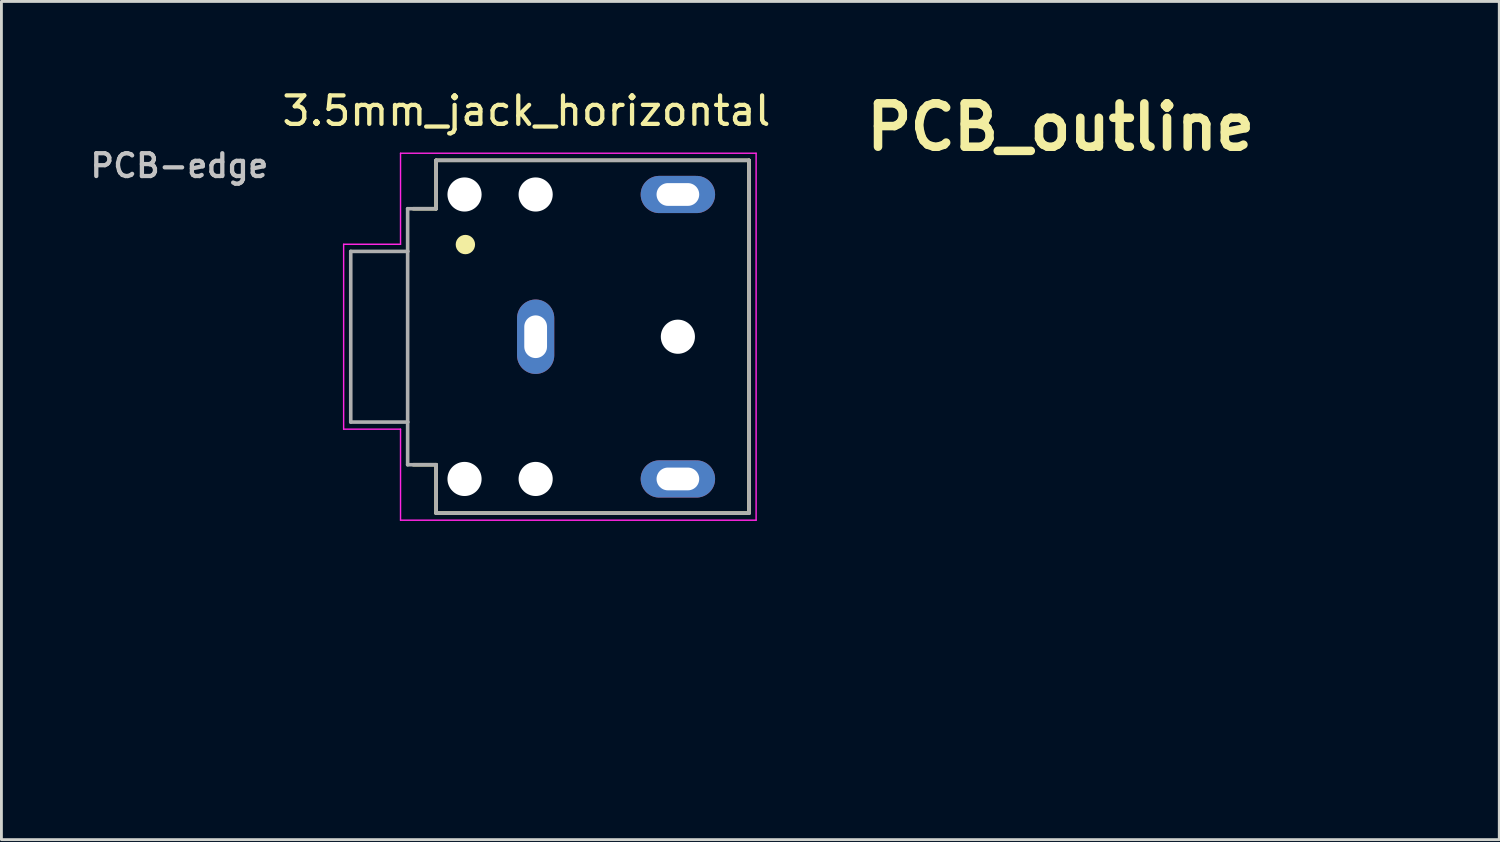
<source format=kicad_pcb>
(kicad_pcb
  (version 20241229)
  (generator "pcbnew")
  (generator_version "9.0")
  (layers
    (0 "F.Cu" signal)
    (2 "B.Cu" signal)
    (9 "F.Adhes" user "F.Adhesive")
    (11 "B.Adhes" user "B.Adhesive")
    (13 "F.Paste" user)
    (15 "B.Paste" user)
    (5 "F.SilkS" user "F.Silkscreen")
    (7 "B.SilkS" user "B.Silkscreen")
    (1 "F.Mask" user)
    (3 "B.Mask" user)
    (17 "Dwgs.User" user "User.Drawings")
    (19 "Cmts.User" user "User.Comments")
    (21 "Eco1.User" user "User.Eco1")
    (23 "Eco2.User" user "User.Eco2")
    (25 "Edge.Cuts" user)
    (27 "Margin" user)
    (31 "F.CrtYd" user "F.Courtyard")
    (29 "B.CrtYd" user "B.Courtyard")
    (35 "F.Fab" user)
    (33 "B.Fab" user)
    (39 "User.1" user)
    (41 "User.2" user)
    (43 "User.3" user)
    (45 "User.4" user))
  (footprint "3.5mm_jack_horizontal"
    (layer "F.Cu")
    (at 15.78 8.787)
    (property "Reference" "3.5mm_jack_horizontal" (at -0.325 -7.938 0) (layer "F.SilkS") (effects (font (size 1 1) (thickness 0.15))))
    (attr through_hole)
    (fp_line (start -3.5 -6.2) (end -3.5 -4.5) (stroke (width 0.127) (type solid)) (layer "F.SilkS"))
    (fp_line (start -3.5 -4.5) (end -4.3 -4.5) (stroke (width 0.127) (type solid)) (layer "F.SilkS"))
    (fp_line (start -3.5 4.5) (end -4.3 4.5) (stroke (width 0.127) (type solid)) (layer "F.SilkS"))
    (fp_line (start -3.5 4.5) (end -3.5 6.2) (stroke (width 0.127) (type solid)) (layer "F.SilkS"))
    (fp_line (start 7.5 -6.2) (end -3.5 -6.2) (stroke (width 0.127) (type solid)) (layer "F.SilkS"))
    (fp_line (start 7.5 -6.2) (end 7.5 6.2) (stroke (width 0.127) (type solid)) (layer "F.SilkS"))
    (fp_line (start 7.5 6.2) (end -3.5 6.2) (stroke (width 0.127) (type solid)) (layer "F.SilkS"))
    (fp_circle (center -2.47 -3.24) (end -2.3 -3.24) (stroke (width 0.34) (type solid)) (fill no) (layer "F.SilkS"))
    (fp_line (start -6.75 -3.25) (end -6.75 3.25) (stroke (width 0.05) (type solid)) (layer "F.CrtYd"))
    (fp_line (start -6.75 3.25) (end -4.75 3.25) (stroke (width 0.05) (type solid)) (layer "F.CrtYd"))
    (fp_line (start -4.75 -6.45) (end -4.75 -3.25) (stroke (width 0.05) (type solid)) (layer "F.CrtYd"))
    (fp_line (start -4.75 -6.45) (end 7.75 -6.45) (stroke (width 0.05) (type solid)) (layer "F.CrtYd"))
    (fp_line (start -4.75 -3.25) (end -6.75 -3.25) (stroke (width 0.05) (type solid)) (layer "F.CrtYd"))
    (fp_line (start -4.75 3.25) (end -4.75 6.45) (stroke (width 0.05) (type solid)) (layer "F.CrtYd"))
    (fp_line (start 7.75 -6.45) (end 7.75 6.45) (stroke (width 0.05) (type solid)) (layer "F.CrtYd"))
    (fp_line (start 7.75 6.45) (end -4.75 6.45) (stroke (width 0.05) (type solid)) (layer "F.CrtYd"))
    (fp_line (start -6.5 -3) (end -6.5 3) (stroke (width 0.127) (type solid)) (layer "F.Fab"))
    (fp_line (start -6.5 3) (end -4.5 3) (stroke (width 0.127) (type solid)) (layer "F.Fab"))
    (fp_line (start -4.5 -4.5) (end -4.5 -3) (stroke (width 0.127) (type solid)) (layer "F.Fab"))
    (fp_line (start -4.5 -3) (end -6.5 -3) (stroke (width 0.127) (type solid)) (layer "F.Fab"))
    (fp_line (start -4.5 -3) (end -4.5 3) (stroke (width 0.127) (type solid)) (layer "F.Fab"))
    (fp_line (start -4.5 3) (end -4.5 4.5) (stroke (width 0.127) (type solid)) (layer "F.Fab"))
    (fp_line (start -4.5 4.5) (end -3.5 4.5) (stroke (width 0.127) (type solid)) (layer "F.Fab"))
    (fp_line (start -3.5 -6.2) (end -3.5 -4.5) (stroke (width 0.127) (type solid)) (layer "F.Fab"))
    (fp_line (start -3.5 -4.5) (end -4.5 -4.5) (stroke (width 0.127) (type solid)) (layer "F.Fab"))
    (fp_line (start -3.5 4.5) (end -3.5 6.2) (stroke (width 0.127) (type solid)) (layer "F.Fab"))
    (fp_line (start 7.5 -6.2) (end -3.5 -6.2) (stroke (width 0.127) (type solid)) (layer "F.Fab"))
    (fp_line (start 7.5 -6.2) (end 7.5 6.2) (stroke (width 0.127) (type solid)) (layer "F.Fab"))
    (fp_line (start 7.5 6.2) (end -3.5 6.2) (stroke (width 0.127) (type solid)) (layer "F.Fab"))
    (fp_text user "PCB-edge" (at -12.524 -6.012 0) (layer "Dwgs.User") (effects (font (size 0.802 0.802) (thickness 0.15))))
    (pad "" np_thru_hole circle (at -2.5 -5) (size 1.2 1.2) (drill 1.2) (layers "*.Cu" "*.Mask"))
    (pad "" np_thru_hole circle (at -2.5 5) (size 1.2 1.2) (drill 1.2) (layers "*.Cu" "*.Mask"))
    (pad "" np_thru_hole circle (at 0 -5) (size 1.2 1.2) (drill 1.2) (layers "*.Cu" "*.Mask"))
    (pad "" np_thru_hole circle (at 0 5) (size 1.2 1.2) (drill 1.2) (layers "*.Cu" "*.Mask"))
    (pad "" np_thru_hole circle (at 5 0) (size 1.2 1.2) (drill 1.2) (layers "*.Cu" "*.Mask"))
    (pad "1" thru_hole oval (at 0 0) (size 1.308 2.616) (drill oval 0.8 1.5) (layers "*.Cu" "*.Mask"))
    (pad "2" thru_hole oval (at 5 5) (size 2.616 1.308) (drill oval 1.5 0.8) (layers "*.Cu" "*.Mask"))
    (pad "3" thru_hole oval (at 5 -5) (size 2.616 1.308) (drill oval 1.5 0.8) (layers "*.Cu" "*.Mask")))
  (footprint "PCB_outline"
    (layer "F.Cu")
    (at 37.888 13.308)
    (property "Reference" "PCB_outline" (at -3.65 -11.89 0) (layer "F.SilkS") (effects (font (size 1.524 1.524) (thickness 0.3))))
    (attr through_hole)
    (fp_poly (pts (xy 8.762 10.153) (xy -8.744 10.153) (xy -8.744 9.399) (xy -5.581 9.399) (xy -5.564 9.524) (xy -5.526 9.633) (xy -5.524 9.638) (xy -5.443 9.757) (xy -5.341 9.85) (xy -5.221 9.916) (xy -5.091 9.953) (xy -4.954 9.959) (xy -4.816 9.932) (xy -4.751 9.907) (xy -4.626 9.831) (xy -4.524 9.728) (xy -4.466 9.638) (xy -4.441 9.585) (xy -4.426 9.533) (xy -4.418 9.469) (xy -4.414 9.397) (xy 4.439 9.397) (xy 4.46 9.532) (xy 4.514 9.664) (xy 4.555 9.729) (xy 4.647 9.827) (xy 4.759 9.899) (xy 4.885 9.943) (xy 5.019 9.959) (xy 5.156 9.944) (xy 5.288 9.898) (xy 5.408 9.822) (xy 5.503 9.723) (xy 5.571 9.607) (xy 5.61 9.48) (xy 5.618 9.345) (xy 5.595 9.209) (xy 5.543 9.085) (xy 5.458 8.965) (xy 5.349 8.872) (xy 5.219 8.808) (xy 5.122 8.786) (xy 5.01 8.782) (xy 4.897 8.794) (xy 4.798 8.821) (xy 4.771 8.833) (xy 4.65 8.914) (xy 4.555 9.015) (xy 4.487 9.133) (xy 4.448 9.262) (xy 4.439 9.397) (xy -4.414 9.397) (xy -4.414 9.382) (xy -4.412 9.3) (xy -4.416 9.242) (xy -4.426 9.195) (xy -4.445 9.147) (xy -4.463 9.108) (xy -4.543 8.987) (xy -4.647 8.888) (xy -4.749 8.828) (xy -4.804 8.807) (xy -4.864 8.795) (xy -4.942 8.79) (xy -4.995 8.789) (xy -5.08 8.79) (xy -5.141 8.797) (xy -5.193 8.81) (xy -5.247 8.833) (xy -5.261 8.84) (xy -5.375 8.915) (xy -5.47 9.016) (xy -5.539 9.136) (xy -5.547 9.157) (xy -5.575 9.272) (xy -5.581 9.399) (xy -8.744 9.399) (xy -8.744 6.925) (xy -5.581 6.925) (xy -5.566 7.028) (xy -5.558 7.053) (xy -5.497 7.182) (xy -5.41 7.289) (xy -5.303 7.371) (xy -5.181 7.427) (xy -5.05 7.454) (xy -4.913 7.451) (xy -4.775 7.414) (xy -4.744 7.401) (xy -4.626 7.328) (xy -4.529 7.227) (xy -4.458 7.106) (xy -4.431 7.043) (xy -4.415 6.992) (xy -4.409 6.938) (xy -4.41 6.896) (xy -0.484 6.896) (xy -0.48 6.931) (xy -0.479 6.933) (xy -0.468 6.94) (xy -0.438 6.945) (xy -0.387 6.949) (xy -0.31 6.952) (xy -0.206 6.954) (xy -0.07 6.955) (xy 0.017 6.955) (xy 0.506 6.955) (xy 0.506 6.871) (xy 4.436 6.871) (xy 4.452 7.004) (xy 4.496 7.13) (xy 4.567 7.242) (xy 4.663 7.334) (xy 4.711 7.366) (xy 4.845 7.425) (xy 4.986 7.453) (xy 5.125 7.448) (xy 5.259 7.41) (xy 5.285 7.398) (xy 5.394 7.327) (xy 5.489 7.23) (xy 5.561 7.118) (xy 5.581 7.072) (xy 5.614 6.936) (xy 5.614 6.796) (xy 5.582 6.66) (xy 5.521 6.534) (xy 5.444 6.439) (xy 5.34 6.359) (xy 5.217 6.305) (xy 5.084 6.278) (xy 4.949 6.279) (xy 4.821 6.31) (xy 4.787 6.325) (xy 4.669 6.393) (xy 4.578 6.476) (xy 4.507 6.583) (xy 4.496 6.604) (xy 4.45 6.736) (xy 4.436 6.871) (xy 0.506 6.871) (xy 0.506 6.774) (xy -0.478 6.784) (xy -0.483 6.847) (xy -0.484 6.896) (xy -4.41 6.896) (xy -4.41 6.867) (xy -4.411 6.842) (xy -4.433 6.692) (xy -4.484 6.562) (xy -4.565 6.453) (xy -4.676 6.365) (xy -4.749 6.326) (xy -4.813 6.299) (xy -4.874 6.284) (xy -4.947 6.278) (xy -4.995 6.278) (xy -5.081 6.28) (xy -5.146 6.29) (xy -5.207 6.31) (xy -5.242 6.326) (xy -5.363 6.401) (xy -5.464 6.501) (xy -5.529 6.604) (xy -5.561 6.698) (xy -5.579 6.81) (xy -5.581 6.925) (xy -8.744 6.925) (xy -8.744 3.74) (xy -7.985 3.74) (xy -7.985 5.727) (xy -6.738 5.727) (xy -6.738 3.74) (xy 6.775 3.74) (xy 6.775 5.727) (xy 7.393 5.722) (xy 8.012 5.718) (xy 8.017 4.769) (xy 8.018 4.586) (xy 8.018 4.414) (xy 8.018 4.254) (xy 8.018 4.112) (xy 8.017 3.991) (xy 8.016 3.894) (xy 8.015 3.824) (xy 8.013 3.786) (xy 8.012 3.78) (xy 8.002 3.74) (xy 6.775 3.74) (xy -6.738 3.74) (xy -7.985 3.74) (xy -8.744 3.74) (xy -8.744 1.355) (xy -5.113 1.355) (xy -5.113 2.349) (xy -4.878 2.349) (xy -4.878 1.86) (xy -0.569 1.86) (xy -0.568 1.94) (xy -0.562 1.997) (xy -0.548 2.046) (xy -0.522 2.1) (xy -0.507 2.129) (xy -0.422 2.25) (xy -0.317 2.344) (xy -0.194 2.408) (xy -0.059 2.44) (xy 0.085 2.44) (xy 0.199 2.417) (xy 0.323 2.362) (xy 0.341 2.349) (xy 4.931 2.349) (xy 5.022 2.349) (xy 5.077 2.346) (xy 5.106 2.337) (xy 5.119 2.317) (xy 5.122 2.308) (xy 5.125 2.279) (xy 5.127 2.22) (xy 5.128 2.135) (xy 5.128 2.03) (xy 5.128 1.911) (xy 5.127 1.816) (xy 5.122 1.364) (xy 4.941 1.364) (xy 4.931 2.349) (xy 0.341 2.349) (xy 0.432 2.277) (xy 0.521 2.164) (xy 0.565 2.082) (xy 0.596 1.976) (xy 0.606 1.856) (xy 0.595 1.733) (xy 0.563 1.623) (xy 0.555 1.604) (xy 0.475 1.479) (xy 0.373 1.38) (xy 0.253 1.31) (xy 0.118 1.272) (xy 0.025 1.265) (xy -0.126 1.28) (xy -0.259 1.327) (xy -0.372 1.403) (xy -0.464 1.507) (xy -0.509 1.585) (xy -0.54 1.651) (xy -0.558 1.705) (xy -0.566 1.762) (xy -0.569 1.837) (xy -0.569 1.86) (xy -4.878 1.86) (xy -4.878 1.355) (xy -5.113 1.355) (xy -8.744 1.355) (xy -8.744 -2.299) (xy -1.075 -2.299) (xy -1.07 -2.111) (xy -1.046 -1.976) (xy -0.987 -1.806) (xy -0.896 -1.646) (xy -0.779 -1.501) (xy -0.641 -1.375) (xy -0.486 -1.274) (xy -0.318 -1.202) (xy -0.249 -1.182) (xy -0.136 -1.164) (xy -0.004 -1.158) (xy 0.133 -1.164) (xy 0.258 -1.181) (xy 0.302 -1.191) (xy 0.479 -1.255) (xy 0.643 -1.35) (xy 0.788 -1.473) (xy 0.911 -1.619) (xy 1.008 -1.785) (xy 1.056 -1.905) (xy 1.097 -2.08) (xy 1.107 -2.264) (xy 1.088 -2.449) (xy 1.04 -2.628) (xy 0.965 -2.792) (xy 0.941 -2.831) (xy 0.82 -2.987) (xy 0.678 -3.116) (xy 0.519 -3.216) (xy 0.347 -3.286) (xy 0.166 -3.326) (xy -0.021 -3.335) (xy -0.21 -3.312) (xy -0.398 -3.255) (xy -0.51 -3.203) (xy -0.665 -3.102) (xy -0.798 -2.975) (xy -0.908 -2.827) (xy -0.991 -2.662) (xy -1.048 -2.485) (xy -1.075 -2.299) (xy -8.744 -2.299) (xy -8.744 -6.305) (xy -7.298 -6.305) (xy -7.298 -5.847) (xy -7.298 -5.722) (xy -7.297 -5.609) (xy -7.295 -5.513) (xy -7.292 -5.439) (xy -7.289 -5.392) (xy -7.286 -5.377) (xy -7.264 -5.373) (xy -7.213 -5.37) (xy -7.139 -5.369) (xy -7.048 -5.369) (xy -6.992 -5.37) (xy -6.711 -5.374) (xy -6.706 -5.84) (xy -6.706 -5.883) (xy -3.792 -5.883) (xy -3.792 -5.772) (xy -3.791 -5.664) (xy -3.79 -5.565) (xy -3.788 -5.481) (xy -3.785 -5.418) (xy -3.782 -5.383) (xy -3.781 -5.379) (xy -3.761 -5.374) (xy -3.711 -5.371) (xy -3.638 -5.369) (xy -3.548 -5.369) (xy -3.49 -5.369) (xy -3.207 -5.374) (xy -3.203 -5.725) (xy -0.285 -5.725) (xy -0.285 -5.612) (xy -0.284 -5.516) (xy -0.282 -5.442) (xy -0.28 -5.395) (xy -0.278 -5.38) (xy -0.258 -5.375) (xy -0.208 -5.371) (xy -0.134 -5.368) (xy -0.043 -5.366) (xy 0.019 -5.365) (xy 0.307 -5.365) (xy 0.307 -6.305) (xy 3.234 -6.305) (xy 3.234 -5.365) (xy 3.812 -5.365) (xy 3.812 -6.305) (xy 6.738 -6.305) (xy 6.738 -5.365) (xy 7.032 -5.37) (xy 7.326 -5.374) (xy 7.333 -6.305) (xy 6.738 -6.305) (xy 3.812 -6.305) (xy 3.234 -6.305) (xy 0.307 -6.305) (xy -0.283 -6.305) (xy -0.285 -5.85) (xy -0.285 -5.725) (xy -3.203 -5.725) (xy -3.202 -5.84) (xy -3.197 -6.305) (xy -3.772 -6.305) (xy -3.784 -6.256) (xy -3.787 -6.226) (xy -3.789 -6.168) (xy -3.791 -6.087) (xy -3.792 -5.99) (xy -3.792 -5.883) (xy -6.706 -5.883) (xy -6.702 -6.305) (xy -7.298 -6.305) (xy -8.744 -6.305) (xy -8.744 -8.816) (xy -7.298 -8.816) (xy -7.298 -8.358) (xy -7.298 -8.233) (xy -7.297 -8.12) (xy -7.295 -8.024) (xy -7.292 -7.95) (xy -7.289 -7.903) (xy -7.286 -7.889) (xy -7.265 -7.884) (xy -7.214 -7.881) (xy -7.14 -7.878) (xy -7.049 -7.877) (xy -6.988 -7.877) (xy -6.702 -7.877) (xy -6.702 -8.246) (xy -3.789 -8.246) (xy -3.789 -8.133) (xy -3.788 -8.038) (xy -3.787 -7.964) (xy -3.784 -7.917) (xy -3.782 -7.904) (xy -3.773 -7.893) (xy -3.751 -7.886) (xy -3.71 -7.881) (xy -3.647 -7.878) (xy -3.556 -7.877) (xy -3.485 -7.877) (xy -3.198 -7.877) (xy -3.198 -7.985) (xy -0.279 -7.985) (xy -0.279 -7.933) (xy -0.276 -7.897) (xy -0.275 -7.89) (xy -0.256 -7.885) (xy -0.207 -7.882) (xy -0.134 -7.879) (xy -0.044 -7.877) (xy 0.019 -7.877) (xy 0.307 -7.877) (xy 0.307 -8.816) (xy 3.234 -8.816) (xy 3.234 -7.877) (xy 3.812 -7.877) (xy 3.812 -8.816) (xy 6.738 -8.816) (xy 6.738 -7.876) (xy 7.032 -7.881) (xy 7.326 -7.886) (xy 7.331 -8.31) (xy 7.332 -8.432) (xy 7.332 -8.545) (xy 7.331 -8.641) (xy 7.33 -8.715) (xy 7.328 -8.763) (xy 7.326 -8.775) (xy 7.321 -8.79) (xy 7.311 -8.801) (xy 7.292 -8.809) (xy 7.257 -8.813) (xy 7.201 -8.815) (xy 7.118 -8.816) (xy 7.027 -8.816) (xy 6.738 -8.816) (xy 3.812 -8.816) (xy 3.234 -8.816) (xy 0.307 -8.816) (xy -0.271 -8.816) (xy -0.274 -8.441) (xy -0.275 -8.323) (xy -0.276 -8.211) (xy -0.277 -8.114) (xy -0.278 -8.038) (xy -0.279 -7.99) (xy -0.279 -7.985) (xy -3.198 -7.985) (xy -3.198 -8.817) (xy -3.491 -8.812) (xy -3.785 -8.807) (xy -3.789 -8.369) (xy -3.789 -8.246) (xy -6.702 -8.246) (xy -6.702 -8.816) (xy -7.298 -8.816) (xy -8.744 -8.816) (xy -8.744 -10.153) (xy 8.762 -10.153) (xy 8.762 10.153)) (stroke (width 0.01) (type solid)) (fill no) (layer "Eco1.User")))
  (gr_rect
    (start -3 -3)
    (end 49.655 26.466)
    (stroke (width 0.1) (type default))
    (fill no)
    (layer "Edge.Cuts")))
</source>
